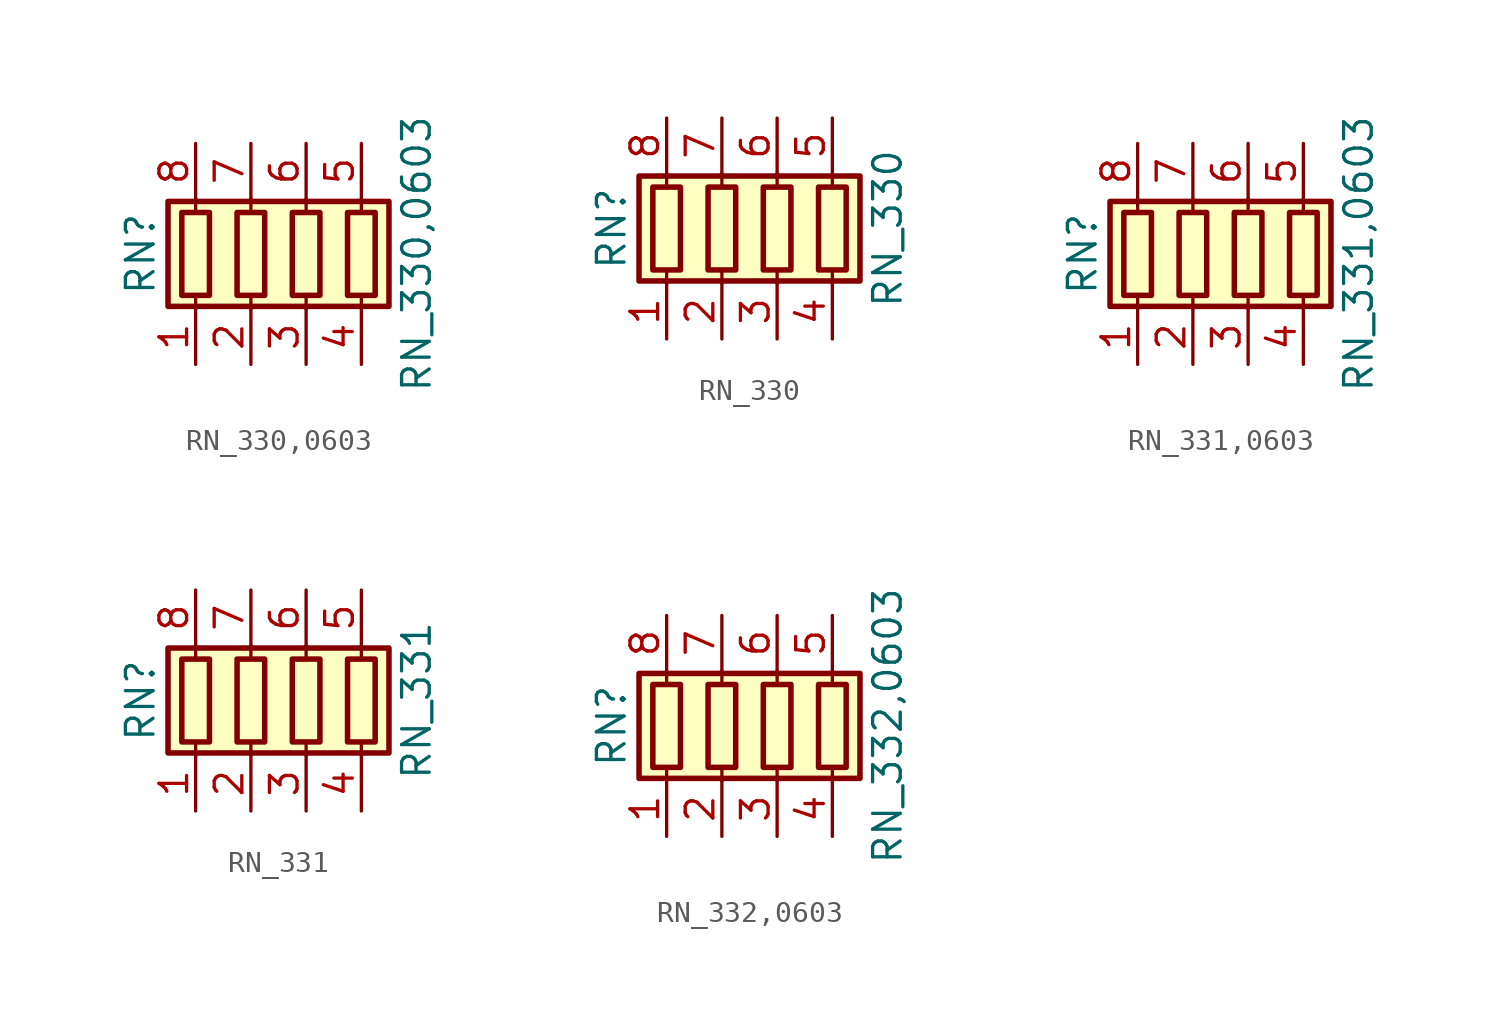
<source format=kicad_sym>
(kicad_symbol_lib
  (version 20211014)
  (generator kicad_symbol_editor)
  (symbol "RN_330,0603"
    (pin_names
      (offset 0) hide)
    (property "Reference" "RN"
      (at -7.62 0 90)
      (effects (font (size 1.27 1.27))))
    (property "Value" "RN_330,0603"
      (at 5.08 0 90)
      (effects (font (size 1.27 1.27))))
    (symbol "RN_330,0603_0_1"
      (rectangle (start -6.35 -2.413) (end 3.81 2.413) (stroke (width 0.254) (type default) (color 0 0 0 0)) (fill (type background)))
      (rectangle (start -5.715 1.905) (end -4.445 -1.905) (stroke (width 0.254) (type default) (color 0 0 0 0)) (fill (type none)))
      (rectangle (start -3.175 1.905) (end -1.905 -1.905) (stroke (width 0.254) (type default) (color 0 0 0 0)) (fill (type none)))
      (rectangle (start -0.635 1.905) (end 0.635 -1.905) (stroke (width 0.254) (type default) (color 0 0 0 0)) (fill (type none)))
      (polyline (pts (xy -5.08 -2.54) (xy -5.08 -1.905)) (stroke (width 0) (type default) (color 0 0 0 0)) (fill (type none)))
      (polyline (pts (xy -5.08 1.905) (xy -5.08 2.54)) (stroke (width 0) (type default) (color 0 0 0 0)) (fill (type none)))
      (polyline (pts (xy -2.54 -2.54) (xy -2.54 -1.905)) (stroke (width 0) (type default) (color 0 0 0 0)) (fill (type none)))
      (polyline (pts (xy -2.54 1.905) (xy -2.54 2.54)) (stroke (width 0) (type default) (color 0 0 0 0)) (fill (type none)))
      (polyline (pts (xy 0 -2.54) (xy 0 -1.905)) (stroke (width 0) (type default) (color 0 0 0 0)) (fill (type none)))
      (polyline (pts (xy 0 1.905) (xy 0 2.54)) (stroke (width 0) (type default) (color 0 0 0 0)) (fill (type none)))
      (polyline (pts (xy 2.54 -2.54) (xy 2.54 -1.905)) (stroke (width 0) (type default) (color 0 0 0 0)) (fill (type none)))
      (polyline (pts (xy 2.54 1.905) (xy 2.54 2.54)) (stroke (width 0) (type default) (color 0 0 0 0)) (fill (type none)))
      (rectangle (start 1.905 1.905) (end 3.175 -1.905) (stroke (width 0.254) (type default) (color 0 0 0 0)) (fill (type none))))
    (symbol "RN_330,0603_1_1"
      (pin passive line (at -5.08 -5.08 90) (length 2.54) (name "R1.1" (effects (font (size 1.27 1.27)))) (number "1" (effects (font (size 1.27 1.27)))))
      (pin passive line (at -2.54 -5.08 90) (length 2.54) (name "R2.1" (effects (font (size 1.27 1.27)))) (number "2" (effects (font (size 1.27 1.27)))))
      (pin passive line (at 0 -5.08 90) (length 2.54) (name "R3.1" (effects (font (size 1.27 1.27)))) (number "3" (effects (font (size 1.27 1.27)))))
      (pin passive line (at 2.54 -5.08 90) (length 2.54) (name "R4.1" (effects (font (size 1.27 1.27)))) (number "4" (effects (font (size 1.27 1.27)))))
      (pin passive line (at 2.54 5.08 270) (length 2.54) (name "R4.2" (effects (font (size 1.27 1.27)))) (number "5" (effects (font (size 1.27 1.27)))))
      (pin passive line (at 0 5.08 270) (length 2.54) (name "R3.2" (effects (font (size 1.27 1.27)))) (number "6" (effects (font (size 1.27 1.27)))))
      (pin passive line (at -2.54 5.08 270) (length 2.54) (name "R2.2" (effects (font (size 1.27 1.27)))) (number "7" (effects (font (size 1.27 1.27)))))
      (pin passive line (at -5.08 5.08 270) (length 2.54) (name "R1.2" (effects (font (size 1.27 1.27)))) (number "8" (effects (font (size 1.27 1.27)))))))
  (symbol "RN_330"
    (pin_names
      (offset 0) hide)
    (property "Reference" "RN"
      (at -7.62 0 90)
      (effects (font (size 1.27 1.27))))
    (property "Value" "RN_330"
      (at 5.08 0 90)
      (effects (font (size 1.27 1.27))))
    (symbol "RN_330_0_1"
      (rectangle (start -6.35 -2.413) (end 3.81 2.413) (stroke (width 0.254) (type default) (color 0 0 0 0)) (fill (type background)))
      (rectangle (start -5.715 1.905) (end -4.445 -1.905) (stroke (width 0.254) (type default) (color 0 0 0 0)) (fill (type none)))
      (rectangle (start -3.175 1.905) (end -1.905 -1.905) (stroke (width 0.254) (type default) (color 0 0 0 0)) (fill (type none)))
      (rectangle (start -0.635 1.905) (end 0.635 -1.905) (stroke (width 0.254) (type default) (color 0 0 0 0)) (fill (type none)))
      (polyline (pts (xy -5.08 -2.54) (xy -5.08 -1.905)) (stroke (width 0) (type default) (color 0 0 0 0)) (fill (type none)))
      (polyline (pts (xy -5.08 1.905) (xy -5.08 2.54)) (stroke (width 0) (type default) (color 0 0 0 0)) (fill (type none)))
      (polyline (pts (xy -2.54 -2.54) (xy -2.54 -1.905)) (stroke (width 0) (type default) (color 0 0 0 0)) (fill (type none)))
      (polyline (pts (xy -2.54 1.905) (xy -2.54 2.54)) (stroke (width 0) (type default) (color 0 0 0 0)) (fill (type none)))
      (polyline (pts (xy 0 -2.54) (xy 0 -1.905)) (stroke (width 0) (type default) (color 0 0 0 0)) (fill (type none)))
      (polyline (pts (xy 0 1.905) (xy 0 2.54)) (stroke (width 0) (type default) (color 0 0 0 0)) (fill (type none)))
      (polyline (pts (xy 2.54 -2.54) (xy 2.54 -1.905)) (stroke (width 0) (type default) (color 0 0 0 0)) (fill (type none)))
      (polyline (pts (xy 2.54 1.905) (xy 2.54 2.54)) (stroke (width 0) (type default) (color 0 0 0 0)) (fill (type none)))
      (rectangle (start 1.905 1.905) (end 3.175 -1.905) (stroke (width 0.254) (type default) (color 0 0 0 0)) (fill (type none))))
    (symbol "RN_330_1_1"
      (pin passive line (at -5.08 -5.08 90) (length 2.54) (name "R1.1" (effects (font (size 1.27 1.27)))) (number "1" (effects (font (size 1.27 1.27)))))
      (pin passive line (at -2.54 -5.08 90) (length 2.54) (name "R2.1" (effects (font (size 1.27 1.27)))) (number "2" (effects (font (size 1.27 1.27)))))
      (pin passive line (at 0 -5.08 90) (length 2.54) (name "R3.1" (effects (font (size 1.27 1.27)))) (number "3" (effects (font (size 1.27 1.27)))))
      (pin passive line (at 2.54 -5.08 90) (length 2.54) (name "R4.1" (effects (font (size 1.27 1.27)))) (number "4" (effects (font (size 1.27 1.27)))))
      (pin passive line (at 2.54 5.08 270) (length 2.54) (name "R4.2" (effects (font (size 1.27 1.27)))) (number "5" (effects (font (size 1.27 1.27)))))
      (pin passive line (at 0 5.08 270) (length 2.54) (name "R3.2" (effects (font (size 1.27 1.27)))) (number "6" (effects (font (size 1.27 1.27)))))
      (pin passive line (at -2.54 5.08 270) (length 2.54) (name "R2.2" (effects (font (size 1.27 1.27)))) (number "7" (effects (font (size 1.27 1.27)))))
      (pin passive line (at -5.08 5.08 270) (length 2.54) (name "R1.2" (effects (font (size 1.27 1.27)))) (number "8" (effects (font (size 1.27 1.27)))))))
  (symbol "RN_331,0603"
    (pin_names
      (offset 0) hide)
    (property "Reference" "RN"
      (at -7.62 0 90)
      (effects (font (size 1.27 1.27))))
    (property "Value" "RN_331,0603"
      (at 5.08 0 90)
      (effects (font (size 1.27 1.27))))
    (symbol "RN_331,0603_0_1"
      (rectangle (start -6.35 -2.413) (end 3.81 2.413) (stroke (width 0.254) (type default) (color 0 0 0 0)) (fill (type background)))
      (rectangle (start -5.715 1.905) (end -4.445 -1.905) (stroke (width 0.254) (type default) (color 0 0 0 0)) (fill (type none)))
      (rectangle (start -3.175 1.905) (end -1.905 -1.905) (stroke (width 0.254) (type default) (color 0 0 0 0)) (fill (type none)))
      (rectangle (start -0.635 1.905) (end 0.635 -1.905) (stroke (width 0.254) (type default) (color 0 0 0 0)) (fill (type none)))
      (polyline (pts (xy -5.08 -2.54) (xy -5.08 -1.905)) (stroke (width 0) (type default) (color 0 0 0 0)) (fill (type none)))
      (polyline (pts (xy -5.08 1.905) (xy -5.08 2.54)) (stroke (width 0) (type default) (color 0 0 0 0)) (fill (type none)))
      (polyline (pts (xy -2.54 -2.54) (xy -2.54 -1.905)) (stroke (width 0) (type default) (color 0 0 0 0)) (fill (type none)))
      (polyline (pts (xy -2.54 1.905) (xy -2.54 2.54)) (stroke (width 0) (type default) (color 0 0 0 0)) (fill (type none)))
      (polyline (pts (xy 0 -2.54) (xy 0 -1.905)) (stroke (width 0) (type default) (color 0 0 0 0)) (fill (type none)))
      (polyline (pts (xy 0 1.905) (xy 0 2.54)) (stroke (width 0) (type default) (color 0 0 0 0)) (fill (type none)))
      (polyline (pts (xy 2.54 -2.54) (xy 2.54 -1.905)) (stroke (width 0) (type default) (color 0 0 0 0)) (fill (type none)))
      (polyline (pts (xy 2.54 1.905) (xy 2.54 2.54)) (stroke (width 0) (type default) (color 0 0 0 0)) (fill (type none)))
      (rectangle (start 1.905 1.905) (end 3.175 -1.905) (stroke (width 0.254) (type default) (color 0 0 0 0)) (fill (type none))))
    (symbol "RN_331,0603_1_1"
      (pin passive line (at -5.08 -5.08 90) (length 2.54) (name "R1.1" (effects (font (size 1.27 1.27)))) (number "1" (effects (font (size 1.27 1.27)))))
      (pin passive line (at -2.54 -5.08 90) (length 2.54) (name "R2.1" (effects (font (size 1.27 1.27)))) (number "2" (effects (font (size 1.27 1.27)))))
      (pin passive line (at 0 -5.08 90) (length 2.54) (name "R3.1" (effects (font (size 1.27 1.27)))) (number "3" (effects (font (size 1.27 1.27)))))
      (pin passive line (at 2.54 -5.08 90) (length 2.54) (name "R4.1" (effects (font (size 1.27 1.27)))) (number "4" (effects (font (size 1.27 1.27)))))
      (pin passive line (at 2.54 5.08 270) (length 2.54) (name "R4.2" (effects (font (size 1.27 1.27)))) (number "5" (effects (font (size 1.27 1.27)))))
      (pin passive line (at 0 5.08 270) (length 2.54) (name "R3.2" (effects (font (size 1.27 1.27)))) (number "6" (effects (font (size 1.27 1.27)))))
      (pin passive line (at -2.54 5.08 270) (length 2.54) (name "R2.2" (effects (font (size 1.27 1.27)))) (number "7" (effects (font (size 1.27 1.27)))))
      (pin passive line (at -5.08 5.08 270) (length 2.54) (name "R1.2" (effects (font (size 1.27 1.27)))) (number "8" (effects (font (size 1.27 1.27)))))))
  (symbol "RN_331"
    (pin_names
      (offset 0) hide)
    (property "Reference" "RN"
      (at -7.62 0 90)
      (effects (font (size 1.27 1.27))))
    (property "Value" "RN_331"
      (at 5.08 0 90)
      (effects (font (size 1.27 1.27))))
    (symbol "RN_331_0_1"
      (rectangle (start -6.35 -2.413) (end 3.81 2.413) (stroke (width 0.254) (type default) (color 0 0 0 0)) (fill (type background)))
      (rectangle (start -5.715 1.905) (end -4.445 -1.905) (stroke (width 0.254) (type default) (color 0 0 0 0)) (fill (type none)))
      (rectangle (start -3.175 1.905) (end -1.905 -1.905) (stroke (width 0.254) (type default) (color 0 0 0 0)) (fill (type none)))
      (rectangle (start -0.635 1.905) (end 0.635 -1.905) (stroke (width 0.254) (type default) (color 0 0 0 0)) (fill (type none)))
      (polyline (pts (xy -5.08 -2.54) (xy -5.08 -1.905)) (stroke (width 0) (type default) (color 0 0 0 0)) (fill (type none)))
      (polyline (pts (xy -5.08 1.905) (xy -5.08 2.54)) (stroke (width 0) (type default) (color 0 0 0 0)) (fill (type none)))
      (polyline (pts (xy -2.54 -2.54) (xy -2.54 -1.905)) (stroke (width 0) (type default) (color 0 0 0 0)) (fill (type none)))
      (polyline (pts (xy -2.54 1.905) (xy -2.54 2.54)) (stroke (width 0) (type default) (color 0 0 0 0)) (fill (type none)))
      (polyline (pts (xy 0 -2.54) (xy 0 -1.905)) (stroke (width 0) (type default) (color 0 0 0 0)) (fill (type none)))
      (polyline (pts (xy 0 1.905) (xy 0 2.54)) (stroke (width 0) (type default) (color 0 0 0 0)) (fill (type none)))
      (polyline (pts (xy 2.54 -2.54) (xy 2.54 -1.905)) (stroke (width 0) (type default) (color 0 0 0 0)) (fill (type none)))
      (polyline (pts (xy 2.54 1.905) (xy 2.54 2.54)) (stroke (width 0) (type default) (color 0 0 0 0)) (fill (type none)))
      (rectangle (start 1.905 1.905) (end 3.175 -1.905) (stroke (width 0.254) (type default) (color 0 0 0 0)) (fill (type none))))
    (symbol "RN_331_1_1"
      (pin passive line (at -5.08 -5.08 90) (length 2.54) (name "R1.1" (effects (font (size 1.27 1.27)))) (number "1" (effects (font (size 1.27 1.27)))))
      (pin passive line (at -2.54 -5.08 90) (length 2.54) (name "R2.1" (effects (font (size 1.27 1.27)))) (number "2" (effects (font (size 1.27 1.27)))))
      (pin passive line (at 0 -5.08 90) (length 2.54) (name "R3.1" (effects (font (size 1.27 1.27)))) (number "3" (effects (font (size 1.27 1.27)))))
      (pin passive line (at 2.54 -5.08 90) (length 2.54) (name "R4.1" (effects (font (size 1.27 1.27)))) (number "4" (effects (font (size 1.27 1.27)))))
      (pin passive line (at 2.54 5.08 270) (length 2.54) (name "R4.2" (effects (font (size 1.27 1.27)))) (number "5" (effects (font (size 1.27 1.27)))))
      (pin passive line (at 0 5.08 270) (length 2.54) (name "R3.2" (effects (font (size 1.27 1.27)))) (number "6" (effects (font (size 1.27 1.27)))))
      (pin passive line (at -2.54 5.08 270) (length 2.54) (name "R2.2" (effects (font (size 1.27 1.27)))) (number "7" (effects (font (size 1.27 1.27)))))
      (pin passive line (at -5.08 5.08 270) (length 2.54) (name "R1.2" (effects (font (size 1.27 1.27)))) (number "8" (effects (font (size 1.27 1.27)))))))
  (symbol "RN_332,0603"
    (pin_names
      (offset 0) hide)
    (property "Reference" "RN"
      (at -7.62 0 90)
      (effects (font (size 1.27 1.27))))
    (property "Value" "RN_332,0603"
      (at 5.08 0 90)
      (effects (font (size 1.27 1.27))))
    (symbol "RN_332,0603_0_1"
      (rectangle (start -6.35 -2.413) (end 3.81 2.413) (stroke (width 0.254) (type default) (color 0 0 0 0)) (fill (type background)))
      (rectangle (start -5.715 1.905) (end -4.445 -1.905) (stroke (width 0.254) (type default) (color 0 0 0 0)) (fill (type none)))
      (rectangle (start -3.175 1.905) (end -1.905 -1.905) (stroke (width 0.254) (type default) (color 0 0 0 0)) (fill (type none)))
      (rectangle (start -0.635 1.905) (end 0.635 -1.905) (stroke (width 0.254) (type default) (color 0 0 0 0)) (fill (type none)))
      (polyline (pts (xy -5.08 -2.54) (xy -5.08 -1.905)) (stroke (width 0) (type default) (color 0 0 0 0)) (fill (type none)))
      (polyline (pts (xy -5.08 1.905) (xy -5.08 2.54)) (stroke (width 0) (type default) (color 0 0 0 0)) (fill (type none)))
      (polyline (pts (xy -2.54 -2.54) (xy -2.54 -1.905)) (stroke (width 0) (type default) (color 0 0 0 0)) (fill (type none)))
      (polyline (pts (xy -2.54 1.905) (xy -2.54 2.54)) (stroke (width 0) (type default) (color 0 0 0 0)) (fill (type none)))
      (polyline (pts (xy 0 -2.54) (xy 0 -1.905)) (stroke (width 0) (type default) (color 0 0 0 0)) (fill (type none)))
      (polyline (pts (xy 0 1.905) (xy 0 2.54)) (stroke (width 0) (type default) (color 0 0 0 0)) (fill (type none)))
      (polyline (pts (xy 2.54 -2.54) (xy 2.54 -1.905)) (stroke (width 0) (type default) (color 0 0 0 0)) (fill (type none)))
      (polyline (pts (xy 2.54 1.905) (xy 2.54 2.54)) (stroke (width 0) (type default) (color 0 0 0 0)) (fill (type none)))
      (rectangle (start 1.905 1.905) (end 3.175 -1.905) (stroke (width 0.254) (type default) (color 0 0 0 0)) (fill (type none))))
    (symbol "RN_332,0603_1_1"
      (pin passive line (at -5.08 -5.08 90) (length 2.54) (name "R1.1" (effects (font (size 1.27 1.27)))) (number "1" (effects (font (size 1.27 1.27)))))
      (pin passive line (at -2.54 -5.08 90) (length 2.54) (name "R2.1" (effects (font (size 1.27 1.27)))) (number "2" (effects (font (size 1.27 1.27)))))
      (pin passive line (at 0 -5.08 90) (length 2.54) (name "R3.1" (effects (font (size 1.27 1.27)))) (number "3" (effects (font (size 1.27 1.27)))))
      (pin passive line (at 2.54 -5.08 90) (length 2.54) (name "R4.1" (effects (font (size 1.27 1.27)))) (number "4" (effects (font (size 1.27 1.27)))))
      (pin passive line (at 2.54 5.08 270) (length 2.54) (name "R4.2" (effects (font (size 1.27 1.27)))) (number "5" (effects (font (size 1.27 1.27)))))
      (pin passive line (at 0 5.08 270) (length 2.54) (name "R3.2" (effects (font (size 1.27 1.27)))) (number "6" (effects (font (size 1.27 1.27)))))
      (pin passive line (at -2.54 5.08 270) (length 2.54) (name "R2.2" (effects (font (size 1.27 1.27)))) (number "7" (effects (font (size 1.27 1.27)))))
      (pin passive line (at -5.08 5.08 270) (length 2.54) (name "R1.2" (effects (font (size 1.27 1.27)))) (number "8" (effects (font (size 1.27 1.27))))))))
</source>
